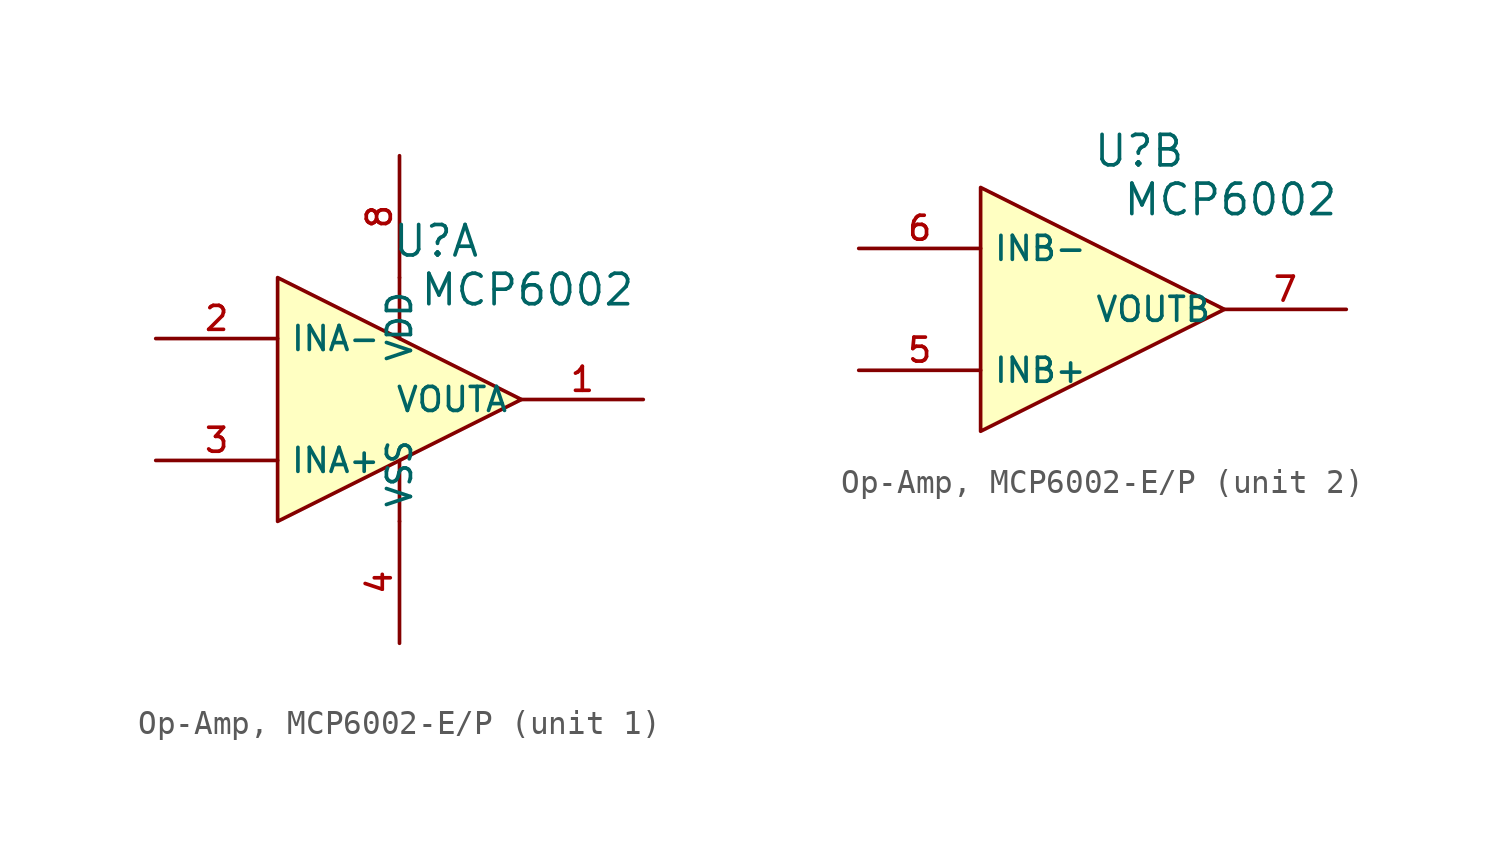
<source format=kicad_sym>
(kicad_symbol_lib
  (version 20231120)
  (generator "CDFER_Archive_Tool")
  (generator_version "0.0")
  (symbol "Op-Amp, MCP6002-E/P"
    (property "Reference" "U"
      (at 1.524 6.604 0)
      (effects (font (size 1.27 1.27))))
    (property "Value" "MCP6002"
      (at 5.334 4.572 0)
      (effects (font (size 1.27 1.27))))
    (symbol "Op-Amp, MCP6002-E/P_1_1"
      (polyline (pts (xy 0 -2.54) (xy 0 -5.08)) (stroke (width 0) (type default)) (fill (type none)))
      (polyline (pts (xy 0 5.08) (xy 0 2.54)) (stroke (width 0) (type default)) (fill (type none)))
      (polyline (pts (xy -5.08 -5.08) (xy 5.08 0) (xy -5.08 5.08) (xy -5.08 -5.08)) (stroke (width 0) (type default)) (fill (type background)))
      (pin output line (at 10.16 0 180) (length 5.08) (name "VOUTA" (effects (font (size 1 1)))) (number "1" (effects (font (size 1 1)))))
      (pin unspecified line (at -10.16 2.54 0) (length 5.08) (name "INA-" (effects (font (size 1 1)))) (number "2" (effects (font (size 1 1)))))
      (pin unspecified line (at -10.16 -2.54 0) (length 5.08) (name "INA+" (effects (font (size 1 1)))) (number "3" (effects (font (size 1 1)))))
      (pin power_in line (at 0 -10.16 90) (length 5.08) (name "VSS" (effects (font (size 1 1)))) (number "4" (effects (font (size 1 1)))))
      (pin power_in line (at 0 10.16 270) (length 5.08) (name "VDD" (effects (font (size 1 1)))) (number "8" (effects (font (size 1 1))))))
    (symbol "Op-Amp, MCP6002-E/P_2_1"
      (polyline (pts (xy -5.08 -5.08) (xy 5.08 0) (xy -5.08 5.08) (xy -5.08 -5.08)) (stroke (width 0) (type default)) (fill (type background)))
      (pin unspecified line (at -10.16 -2.54 0) (length 5.08) (name "INB+" (effects (font (size 1 1)))) (number "5" (effects (font (size 1 1)))))
      (pin unspecified line (at -10.16 2.54 0) (length 5.08) (name "INB-" (effects (font (size 1 1)))) (number "6" (effects (font (size 1 1)))))
      (pin output line (at 10.16 0 180) (length 5.08) (name "VOUTB" (effects (font (size 1 1)))) (number "7" (effects (font (size 1 1))))))))
</source>
